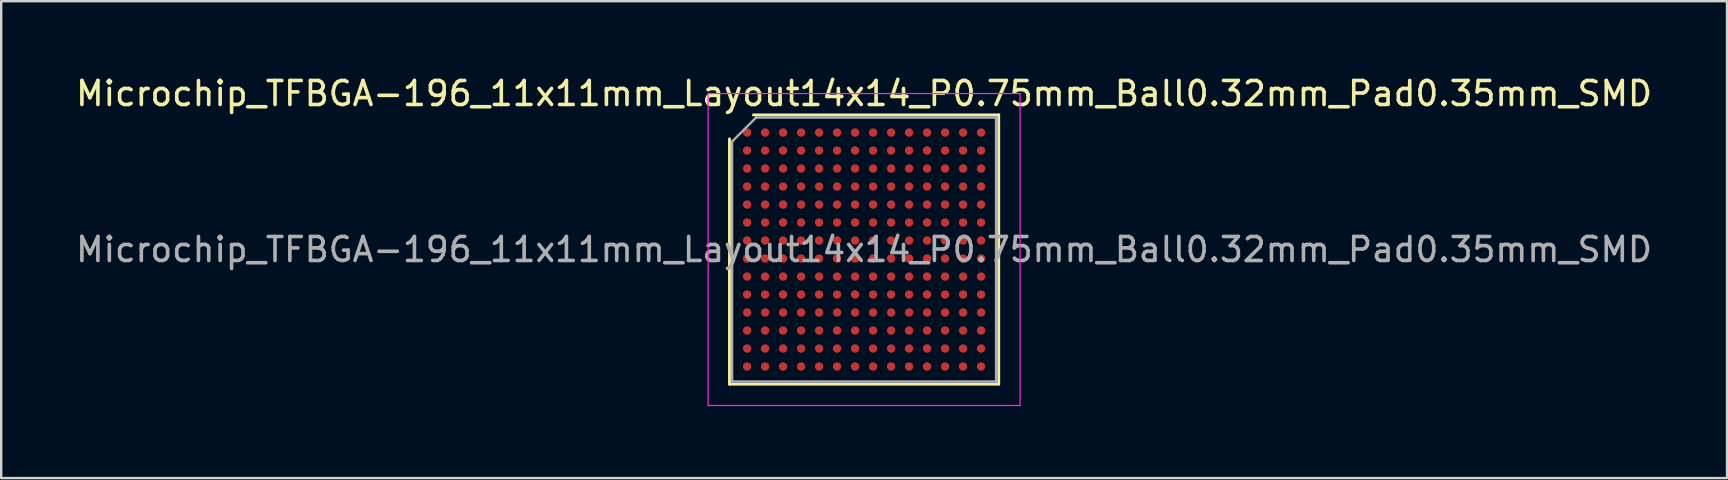
<source format=kicad_pcb>
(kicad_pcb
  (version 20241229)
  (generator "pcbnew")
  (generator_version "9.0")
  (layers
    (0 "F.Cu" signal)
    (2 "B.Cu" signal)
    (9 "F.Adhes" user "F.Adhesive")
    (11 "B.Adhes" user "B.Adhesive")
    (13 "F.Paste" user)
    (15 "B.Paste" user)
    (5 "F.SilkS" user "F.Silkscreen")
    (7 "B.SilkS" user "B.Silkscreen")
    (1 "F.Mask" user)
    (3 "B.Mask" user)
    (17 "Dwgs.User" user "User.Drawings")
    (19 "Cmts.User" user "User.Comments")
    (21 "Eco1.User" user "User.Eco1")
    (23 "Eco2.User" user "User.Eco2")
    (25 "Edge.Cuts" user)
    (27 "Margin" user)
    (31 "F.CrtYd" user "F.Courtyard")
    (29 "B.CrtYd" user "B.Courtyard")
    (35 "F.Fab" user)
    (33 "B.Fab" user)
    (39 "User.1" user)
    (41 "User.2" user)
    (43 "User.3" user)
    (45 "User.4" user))
  (footprint "Microchip_TFBGA-196_11x11mm_Layout14x14_P0.75mm_Ball0.32mm_Pad0.35mm_SMD"
    (layer "F.Cu")
    (at 32.958 7.348)
    (property "Reference" "Microchip_TFBGA-196_11x11mm_Layout14x14_P0.75mm_Ball0.32mm_Pad0.35mm_SMD" (at 0 -6.5 0) (layer "F.SilkS") (effects (font (size 1 1) (thickness 0.15))))
    (attr smd)
    (fp_line (start -5.61 5.61) (end -5.61 -4.61) (stroke (width 0.12) (type solid)) (layer "F.SilkS"))
    (fp_line (start -4.61 -5.61) (end 5.61 -5.61) (stroke (width 0.12) (type solid)) (layer "F.SilkS"))
    (fp_line (start 5.61 -5.61) (end 5.61 5.61) (stroke (width 0.12) (type solid)) (layer "F.SilkS"))
    (fp_line (start 5.61 5.61) (end -5.61 5.61) (stroke (width 0.12) (type solid)) (layer "F.SilkS"))
    (fp_line (start -6.5 -6.5) (end -6.5 6.5) (stroke (width 0.05) (type solid)) (layer "F.CrtYd"))
    (fp_line (start -6.5 6.5) (end 6.5 6.5) (stroke (width 0.05) (type solid)) (layer "F.CrtYd"))
    (fp_line (start 6.5 -6.5) (end -6.5 -6.5) (stroke (width 0.05) (type solid)) (layer "F.CrtYd"))
    (fp_line (start 6.5 6.5) (end 6.5 -6.5) (stroke (width 0.05) (type solid)) (layer "F.CrtYd"))
    (fp_line (start -5.5 -4.5) (end -4.5 -5.5) (stroke (width 0.1) (type solid)) (layer "F.Fab"))
    (fp_line (start -5.5 5.5) (end -5.5 -4.5) (stroke (width 0.1) (type solid)) (layer "F.Fab"))
    (fp_line (start -4.5 -5.5) (end 5.5 -5.5) (stroke (width 0.1) (type solid)) (layer "F.Fab"))
    (fp_line (start 5.5 -5.5) (end 5.5 5.5) (stroke (width 0.1) (type solid)) (layer "F.Fab"))
    (fp_line (start 5.5 5.5) (end -5.5 5.5) (stroke (width 0.1) (type solid)) (layer "F.Fab"))
    (fp_text user "${REFERENCE}" (at 0 0 0) (layer "F.Fab") (effects (font (size 1 1) (thickness 0.15))))
    (pad "A1" smd circle (at -4.875 -4.875) (size 0.35 0.35) (layers "F.Cu" "F.Mask" "F.Paste"))
    (pad "A2" smd circle (at -4.125 -4.875) (size 0.35 0.35) (layers "F.Cu" "F.Mask" "F.Paste"))
    (pad "A3" smd circle (at -3.375 -4.875) (size 0.35 0.35) (layers "F.Cu" "F.Mask" "F.Paste"))
    (pad "A4" smd circle (at -2.625 -4.875) (size 0.35 0.35) (layers "F.Cu" "F.Mask" "F.Paste"))
    (pad "A5" smd circle (at -1.875 -4.875) (size 0.35 0.35) (layers "F.Cu" "F.Mask" "F.Paste"))
    (pad "A6" smd circle (at -1.125 -4.875) (size 0.35 0.35) (layers "F.Cu" "F.Mask" "F.Paste"))
    (pad "A7" smd circle (at -0.375 -4.875) (size 0.35 0.35) (layers "F.Cu" "F.Mask" "F.Paste"))
    (pad "A8" smd circle (at 0.375 -4.875) (size 0.35 0.35) (layers "F.Cu" "F.Mask" "F.Paste"))
    (pad "A9" smd circle (at 1.125 -4.875) (size 0.35 0.35) (layers "F.Cu" "F.Mask" "F.Paste"))
    (pad "A10" smd circle (at 1.875 -4.875) (size 0.35 0.35) (layers "F.Cu" "F.Mask" "F.Paste"))
    (pad "A11" smd circle (at 2.625 -4.875) (size 0.35 0.35) (layers "F.Cu" "F.Mask" "F.Paste"))
    (pad "A12" smd circle (at 3.375 -4.875) (size 0.35 0.35) (layers "F.Cu" "F.Mask" "F.Paste"))
    (pad "A13" smd circle (at 4.125 -4.875) (size 0.35 0.35) (layers "F.Cu" "F.Mask" "F.Paste"))
    (pad "A14" smd circle (at 4.875 -4.875) (size 0.35 0.35) (layers "F.Cu" "F.Mask" "F.Paste"))
    (pad "B1" smd circle (at -4.875 -4.125) (size 0.35 0.35) (layers "F.Cu" "F.Mask" "F.Paste"))
    (pad "B2" smd circle (at -4.125 -4.125) (size 0.35 0.35) (layers "F.Cu" "F.Mask" "F.Paste"))
    (pad "B3" smd circle (at -3.375 -4.125) (size 0.35 0.35) (layers "F.Cu" "F.Mask" "F.Paste"))
    (pad "B4" smd circle (at -2.625 -4.125) (size 0.35 0.35) (layers "F.Cu" "F.Mask" "F.Paste"))
    (pad "B5" smd circle (at -1.875 -4.125) (size 0.35 0.35) (layers "F.Cu" "F.Mask" "F.Paste"))
    (pad "B6" smd circle (at -1.125 -4.125) (size 0.35 0.35) (layers "F.Cu" "F.Mask" "F.Paste"))
    (pad "B7" smd circle (at -0.375 -4.125) (size 0.35 0.35) (layers "F.Cu" "F.Mask" "F.Paste"))
    (pad "B8" smd circle (at 0.375 -4.125) (size 0.35 0.35) (layers "F.Cu" "F.Mask" "F.Paste"))
    (pad "B9" smd circle (at 1.125 -4.125) (size 0.35 0.35) (layers "F.Cu" "F.Mask" "F.Paste"))
    (pad "B10" smd circle (at 1.875 -4.125) (size 0.35 0.35) (layers "F.Cu" "F.Mask" "F.Paste"))
    (pad "B11" smd circle (at 2.625 -4.125) (size 0.35 0.35) (layers "F.Cu" "F.Mask" "F.Paste"))
    (pad "B12" smd circle (at 3.375 -4.125) (size 0.35 0.35) (layers "F.Cu" "F.Mask" "F.Paste"))
    (pad "B13" smd circle (at 4.125 -4.125) (size 0.35 0.35) (layers "F.Cu" "F.Mask" "F.Paste"))
    (pad "B14" smd circle (at 4.875 -4.125) (size 0.35 0.35) (layers "F.Cu" "F.Mask" "F.Paste"))
    (pad "C1" smd circle (at -4.875 -3.375) (size 0.35 0.35) (layers "F.Cu" "F.Mask" "F.Paste"))
    (pad "C2" smd circle (at -4.125 -3.375) (size 0.35 0.35) (layers "F.Cu" "F.Mask" "F.Paste"))
    (pad "C3" smd circle (at -3.375 -3.375) (size 0.35 0.35) (layers "F.Cu" "F.Mask" "F.Paste"))
    (pad "C4" smd circle (at -2.625 -3.375) (size 0.35 0.35) (layers "F.Cu" "F.Mask" "F.Paste"))
    (pad "C5" smd circle (at -1.875 -3.375) (size 0.35 0.35) (layers "F.Cu" "F.Mask" "F.Paste"))
    (pad "C6" smd circle (at -1.125 -3.375) (size 0.35 0.35) (layers "F.Cu" "F.Mask" "F.Paste"))
    (pad "C7" smd circle (at -0.375 -3.375) (size 0.35 0.35) (layers "F.Cu" "F.Mask" "F.Paste"))
    (pad "C8" smd circle (at 0.375 -3.375) (size 0.35 0.35) (layers "F.Cu" "F.Mask" "F.Paste"))
    (pad "C9" smd circle (at 1.125 -3.375) (size 0.35 0.35) (layers "F.Cu" "F.Mask" "F.Paste"))
    (pad "C10" smd circle (at 1.875 -3.375) (size 0.35 0.35) (layers "F.Cu" "F.Mask" "F.Paste"))
    (pad "C11" smd circle (at 2.625 -3.375) (size 0.35 0.35) (layers "F.Cu" "F.Mask" "F.Paste"))
    (pad "C12" smd circle (at 3.375 -3.375) (size 0.35 0.35) (layers "F.Cu" "F.Mask" "F.Paste"))
    (pad "C13" smd circle (at 4.125 -3.375) (size 0.35 0.35) (layers "F.Cu" "F.Mask" "F.Paste"))
    (pad "C14" smd circle (at 4.875 -3.375) (size 0.35 0.35) (layers "F.Cu" "F.Mask" "F.Paste"))
    (pad "D1" smd circle (at -4.875 -2.625) (size 0.35 0.35) (layers "F.Cu" "F.Mask" "F.Paste"))
    (pad "D2" smd circle (at -4.125 -2.625) (size 0.35 0.35) (layers "F.Cu" "F.Mask" "F.Paste"))
    (pad "D3" smd circle (at -3.375 -2.625) (size 0.35 0.35) (layers "F.Cu" "F.Mask" "F.Paste"))
    (pad "D4" smd circle (at -2.625 -2.625) (size 0.35 0.35) (layers "F.Cu" "F.Mask" "F.Paste"))
    (pad "D5" smd circle (at -1.875 -2.625) (size 0.35 0.35) (layers "F.Cu" "F.Mask" "F.Paste"))
    (pad "D6" smd circle (at -1.125 -2.625) (size 0.35 0.35) (layers "F.Cu" "F.Mask" "F.Paste"))
    (pad "D7" smd circle (at -0.375 -2.625) (size 0.35 0.35) (layers "F.Cu" "F.Mask" "F.Paste"))
    (pad "D8" smd circle (at 0.375 -2.625) (size 0.35 0.35) (layers "F.Cu" "F.Mask" "F.Paste"))
    (pad "D9" smd circle (at 1.125 -2.625) (size 0.35 0.35) (layers "F.Cu" "F.Mask" "F.Paste"))
    (pad "D10" smd circle (at 1.875 -2.625) (size 0.35 0.35) (layers "F.Cu" "F.Mask" "F.Paste"))
    (pad "D11" smd circle (at 2.625 -2.625) (size 0.35 0.35) (layers "F.Cu" "F.Mask" "F.Paste"))
    (pad "D12" smd circle (at 3.375 -2.625) (size 0.35 0.35) (layers "F.Cu" "F.Mask" "F.Paste"))
    (pad "D13" smd circle (at 4.125 -2.625) (size 0.35 0.35) (layers "F.Cu" "F.Mask" "F.Paste"))
    (pad "D14" smd circle (at 4.875 -2.625) (size 0.35 0.35) (layers "F.Cu" "F.Mask" "F.Paste"))
    (pad "E1" smd circle (at -4.875 -1.875) (size 0.35 0.35) (layers "F.Cu" "F.Mask" "F.Paste"))
    (pad "E2" smd circle (at -4.125 -1.875) (size 0.35 0.35) (layers "F.Cu" "F.Mask" "F.Paste"))
    (pad "E3" smd circle (at -3.375 -1.875) (size 0.35 0.35) (layers "F.Cu" "F.Mask" "F.Paste"))
    (pad "E4" smd circle (at -2.625 -1.875) (size 0.35 0.35) (layers "F.Cu" "F.Mask" "F.Paste"))
    (pad "E5" smd circle (at -1.875 -1.875) (size 0.35 0.35) (layers "F.Cu" "F.Mask" "F.Paste"))
    (pad "E6" smd circle (at -1.125 -1.875) (size 0.35 0.35) (layers "F.Cu" "F.Mask" "F.Paste"))
    (pad "E7" smd circle (at -0.375 -1.875) (size 0.35 0.35) (layers "F.Cu" "F.Mask" "F.Paste"))
    (pad "E8" smd circle (at 0.375 -1.875) (size 0.35 0.35) (layers "F.Cu" "F.Mask" "F.Paste"))
    (pad "E9" smd circle (at 1.125 -1.875) (size 0.35 0.35) (layers "F.Cu" "F.Mask" "F.Paste"))
    (pad "E10" smd circle (at 1.875 -1.875) (size 0.35 0.35) (layers "F.Cu" "F.Mask" "F.Paste"))
    (pad "E11" smd circle (at 2.625 -1.875) (size 0.35 0.35) (layers "F.Cu" "F.Mask" "F.Paste"))
    (pad "E12" smd circle (at 3.375 -1.875) (size 0.35 0.35) (layers "F.Cu" "F.Mask" "F.Paste"))
    (pad "E13" smd circle (at 4.125 -1.875) (size 0.35 0.35) (layers "F.Cu" "F.Mask" "F.Paste"))
    (pad "E14" smd circle (at 4.875 -1.875) (size 0.35 0.35) (layers "F.Cu" "F.Mask" "F.Paste"))
    (pad "F1" smd circle (at -4.875 -1.125) (size 0.35 0.35) (layers "F.Cu" "F.Mask" "F.Paste"))
    (pad "F2" smd circle (at -4.125 -1.125) (size 0.35 0.35) (layers "F.Cu" "F.Mask" "F.Paste"))
    (pad "F3" smd circle (at -3.375 -1.125) (size 0.35 0.35) (layers "F.Cu" "F.Mask" "F.Paste"))
    (pad "F4" smd circle (at -2.625 -1.125) (size 0.35 0.35) (layers "F.Cu" "F.Mask" "F.Paste"))
    (pad "F5" smd circle (at -1.875 -1.125) (size 0.35 0.35) (layers "F.Cu" "F.Mask" "F.Paste"))
    (pad "F6" smd circle (at -1.125 -1.125) (size 0.35 0.35) (layers "F.Cu" "F.Mask" "F.Paste"))
    (pad "F7" smd circle (at -0.375 -1.125) (size 0.35 0.35) (layers "F.Cu" "F.Mask" "F.Paste"))
    (pad "F8" smd circle (at 0.375 -1.125) (size 0.35 0.35) (layers "F.Cu" "F.Mask" "F.Paste"))
    (pad "F9" smd circle (at 1.125 -1.125) (size 0.35 0.35) (layers "F.Cu" "F.Mask" "F.Paste"))
    (pad "F10" smd circle (at 1.875 -1.125) (size 0.35 0.35) (layers "F.Cu" "F.Mask" "F.Paste"))
    (pad "F11" smd circle (at 2.625 -1.125) (size 0.35 0.35) (layers "F.Cu" "F.Mask" "F.Paste"))
    (pad "F12" smd circle (at 3.375 -1.125) (size 0.35 0.35) (layers "F.Cu" "F.Mask" "F.Paste"))
    (pad "F13" smd circle (at 4.125 -1.125) (size 0.35 0.35) (layers "F.Cu" "F.Mask" "F.Paste"))
    (pad "F14" smd circle (at 4.875 -1.125) (size 0.35 0.35) (layers "F.Cu" "F.Mask" "F.Paste"))
    (pad "G1" smd circle (at -4.875 -0.375) (size 0.35 0.35) (layers "F.Cu" "F.Mask" "F.Paste"))
    (pad "G2" smd circle (at -4.125 -0.375) (size 0.35 0.35) (layers "F.Cu" "F.Mask" "F.Paste"))
    (pad "G3" smd circle (at -3.375 -0.375) (size 0.35 0.35) (layers "F.Cu" "F.Mask" "F.Paste"))
    (pad "G4" smd circle (at -2.625 -0.375) (size 0.35 0.35) (layers "F.Cu" "F.Mask" "F.Paste"))
    (pad "G5" smd circle (at -1.875 -0.375) (size 0.35 0.35) (layers "F.Cu" "F.Mask" "F.Paste"))
    (pad "G6" smd circle (at -1.125 -0.375) (size 0.35 0.35) (layers "F.Cu" "F.Mask" "F.Paste"))
    (pad "G7" smd circle (at -0.375 -0.375) (size 0.35 0.35) (layers "F.Cu" "F.Mask" "F.Paste"))
    (pad "G8" smd circle (at 0.375 -0.375) (size 0.35 0.35) (layers "F.Cu" "F.Mask" "F.Paste"))
    (pad "G9" smd circle (at 1.125 -0.375) (size 0.35 0.35) (layers "F.Cu" "F.Mask" "F.Paste"))
    (pad "G10" smd circle (at 1.875 -0.375) (size 0.35 0.35) (layers "F.Cu" "F.Mask" "F.Paste"))
    (pad "G11" smd circle (at 2.625 -0.375) (size 0.35 0.35) (layers "F.Cu" "F.Mask" "F.Paste"))
    (pad "G12" smd circle (at 3.375 -0.375) (size 0.35 0.35) (layers "F.Cu" "F.Mask" "F.Paste"))
    (pad "G13" smd circle (at 4.125 -0.375) (size 0.35 0.35) (layers "F.Cu" "F.Mask" "F.Paste"))
    (pad "G14" smd circle (at 4.875 -0.375) (size 0.35 0.35) (layers "F.Cu" "F.Mask" "F.Paste"))
    (pad "H1" smd circle (at -4.875 0.375) (size 0.35 0.35) (layers "F.Cu" "F.Mask" "F.Paste"))
    (pad "H2" smd circle (at -4.125 0.375) (size 0.35 0.35) (layers "F.Cu" "F.Mask" "F.Paste"))
    (pad "H3" smd circle (at -3.375 0.375) (size 0.35 0.35) (layers "F.Cu" "F.Mask" "F.Paste"))
    (pad "H4" smd circle (at -2.625 0.375) (size 0.35 0.35) (layers "F.Cu" "F.Mask" "F.Paste"))
    (pad "H5" smd circle (at -1.875 0.375) (size 0.35 0.35) (layers "F.Cu" "F.Mask" "F.Paste"))
    (pad "H6" smd circle (at -1.125 0.375) (size 0.35 0.35) (layers "F.Cu" "F.Mask" "F.Paste"))
    (pad "H7" smd circle (at -0.375 0.375) (size 0.35 0.35) (layers "F.Cu" "F.Mask" "F.Paste"))
    (pad "H8" smd circle (at 0.375 0.375) (size 0.35 0.35) (layers "F.Cu" "F.Mask" "F.Paste"))
    (pad "H9" smd circle (at 1.125 0.375) (size 0.35 0.35) (layers "F.Cu" "F.Mask" "F.Paste"))
    (pad "H10" smd circle (at 1.875 0.375) (size 0.35 0.35) (layers "F.Cu" "F.Mask" "F.Paste"))
    (pad "H11" smd circle (at 2.625 0.375) (size 0.35 0.35) (layers "F.Cu" "F.Mask" "F.Paste"))
    (pad "H12" smd circle (at 3.375 0.375) (size 0.35 0.35) (layers "F.Cu" "F.Mask" "F.Paste"))
    (pad "H13" smd circle (at 4.125 0.375) (size 0.35 0.35) (layers "F.Cu" "F.Mask" "F.Paste"))
    (pad "H14" smd circle (at 4.875 0.375) (size 0.35 0.35) (layers "F.Cu" "F.Mask" "F.Paste"))
    (pad "J1" smd circle (at -4.875 1.125) (size 0.35 0.35) (layers "F.Cu" "F.Mask" "F.Paste"))
    (pad "J2" smd circle (at -4.125 1.125) (size 0.35 0.35) (layers "F.Cu" "F.Mask" "F.Paste"))
    (pad "J3" smd circle (at -3.375 1.125) (size 0.35 0.35) (layers "F.Cu" "F.Mask" "F.Paste"))
    (pad "J4" smd circle (at -2.625 1.125) (size 0.35 0.35) (layers "F.Cu" "F.Mask" "F.Paste"))
    (pad "J5" smd circle (at -1.875 1.125) (size 0.35 0.35) (layers "F.Cu" "F.Mask" "F.Paste"))
    (pad "J6" smd circle (at -1.125 1.125) (size 0.35 0.35) (layers "F.Cu" "F.Mask" "F.Paste"))
    (pad "J7" smd circle (at -0.375 1.125) (size 0.35 0.35) (layers "F.Cu" "F.Mask" "F.Paste"))
    (pad "J8" smd circle (at 0.375 1.125) (size 0.35 0.35) (layers "F.Cu" "F.Mask" "F.Paste"))
    (pad "J9" smd circle (at 1.125 1.125) (size 0.35 0.35) (layers "F.Cu" "F.Mask" "F.Paste"))
    (pad "J10" smd circle (at 1.875 1.125) (size 0.35 0.35) (layers "F.Cu" "F.Mask" "F.Paste"))
    (pad "J11" smd circle (at 2.625 1.125) (size 0.35 0.35) (layers "F.Cu" "F.Mask" "F.Paste"))
    (pad "J12" smd circle (at 3.375 1.125) (size 0.35 0.35) (layers "F.Cu" "F.Mask" "F.Paste"))
    (pad "J13" smd circle (at 4.125 1.125) (size 0.35 0.35) (layers "F.Cu" "F.Mask" "F.Paste"))
    (pad "J14" smd circle (at 4.875 1.125) (size 0.35 0.35) (layers "F.Cu" "F.Mask" "F.Paste"))
    (pad "K1" smd circle (at -4.875 1.875) (size 0.35 0.35) (layers "F.Cu" "F.Mask" "F.Paste"))
    (pad "K2" smd circle (at -4.125 1.875) (size 0.35 0.35) (layers "F.Cu" "F.Mask" "F.Paste"))
    (pad "K3" smd circle (at -3.375 1.875) (size 0.35 0.35) (layers "F.Cu" "F.Mask" "F.Paste"))
    (pad "K4" smd circle (at -2.625 1.875) (size 0.35 0.35) (layers "F.Cu" "F.Mask" "F.Paste"))
    (pad "K5" smd circle (at -1.875 1.875) (size 0.35 0.35) (layers "F.Cu" "F.Mask" "F.Paste"))
    (pad "K6" smd circle (at -1.125 1.875) (size 0.35 0.35) (layers "F.Cu" "F.Mask" "F.Paste"))
    (pad "K7" smd circle (at -0.375 1.875) (size 0.35 0.35) (layers "F.Cu" "F.Mask" "F.Paste"))
    (pad "K8" smd circle (at 0.375 1.875) (size 0.35 0.35) (layers "F.Cu" "F.Mask" "F.Paste"))
    (pad "K9" smd circle (at 1.125 1.875) (size 0.35 0.35) (layers "F.Cu" "F.Mask" "F.Paste"))
    (pad "K10" smd circle (at 1.875 1.875) (size 0.35 0.35) (layers "F.Cu" "F.Mask" "F.Paste"))
    (pad "K11" smd circle (at 2.625 1.875) (size 0.35 0.35) (layers "F.Cu" "F.Mask" "F.Paste"))
    (pad "K12" smd circle (at 3.375 1.875) (size 0.35 0.35) (layers "F.Cu" "F.Mask" "F.Paste"))
    (pad "K13" smd circle (at 4.125 1.875) (size 0.35 0.35) (layers "F.Cu" "F.Mask" "F.Paste"))
    (pad "K14" smd circle (at 4.875 1.875) (size 0.35 0.35) (layers "F.Cu" "F.Mask" "F.Paste"))
    (pad "L1" smd circle (at -4.875 2.625) (size 0.35 0.35) (layers "F.Cu" "F.Mask" "F.Paste"))
    (pad "L2" smd circle (at -4.125 2.625) (size 0.35 0.35) (layers "F.Cu" "F.Mask" "F.Paste"))
    (pad "L3" smd circle (at -3.375 2.625) (size 0.35 0.35) (layers "F.Cu" "F.Mask" "F.Paste"))
    (pad "L4" smd circle (at -2.625 2.625) (size 0.35 0.35) (layers "F.Cu" "F.Mask" "F.Paste"))
    (pad "L5" smd circle (at -1.875 2.625) (size 0.35 0.35) (layers "F.Cu" "F.Mask" "F.Paste"))
    (pad "L6" smd circle (at -1.125 2.625) (size 0.35 0.35) (layers "F.Cu" "F.Mask" "F.Paste"))
    (pad "L7" smd circle (at -0.375 2.625) (size 0.35 0.35) (layers "F.Cu" "F.Mask" "F.Paste"))
    (pad "L8" smd circle (at 0.375 2.625) (size 0.35 0.35) (layers "F.Cu" "F.Mask" "F.Paste"))
    (pad "L9" smd circle (at 1.125 2.625) (size 0.35 0.35) (layers "F.Cu" "F.Mask" "F.Paste"))
    (pad "L10" smd circle (at 1.875 2.625) (size 0.35 0.35) (layers "F.Cu" "F.Mask" "F.Paste"))
    (pad "L11" smd circle (at 2.625 2.625) (size 0.35 0.35) (layers "F.Cu" "F.Mask" "F.Paste"))
    (pad "L12" smd circle (at 3.375 2.625) (size 0.35 0.35) (layers "F.Cu" "F.Mask" "F.Paste"))
    (pad "L13" smd circle (at 4.125 2.625) (size 0.35 0.35) (layers "F.Cu" "F.Mask" "F.Paste"))
    (pad "L14" smd circle (at 4.875 2.625) (size 0.35 0.35) (layers "F.Cu" "F.Mask" "F.Paste"))
    (pad "M1" smd circle (at -4.875 3.375) (size 0.35 0.35) (layers "F.Cu" "F.Mask" "F.Paste"))
    (pad "M2" smd circle (at -4.125 3.375) (size 0.35 0.35) (layers "F.Cu" "F.Mask" "F.Paste"))
    (pad "M3" smd circle (at -3.375 3.375) (size 0.35 0.35) (layers "F.Cu" "F.Mask" "F.Paste"))
    (pad "M4" smd circle (at -2.625 3.375) (size 0.35 0.35) (layers "F.Cu" "F.Mask" "F.Paste"))
    (pad "M5" smd circle (at -1.875 3.375) (size 0.35 0.35) (layers "F.Cu" "F.Mask" "F.Paste"))
    (pad "M6" smd circle (at -1.125 3.375) (size 0.35 0.35) (layers "F.Cu" "F.Mask" "F.Paste"))
    (pad "M7" smd circle (at -0.375 3.375) (size 0.35 0.35) (layers "F.Cu" "F.Mask" "F.Paste"))
    (pad "M8" smd circle (at 0.375 3.375) (size 0.35 0.35) (layers "F.Cu" "F.Mask" "F.Paste"))
    (pad "M9" smd circle (at 1.125 3.375) (size 0.35 0.35) (layers "F.Cu" "F.Mask" "F.Paste"))
    (pad "M10" smd circle (at 1.875 3.375) (size 0.35 0.35) (layers "F.Cu" "F.Mask" "F.Paste"))
    (pad "M11" smd circle (at 2.625 3.375) (size 0.35 0.35) (layers "F.Cu" "F.Mask" "F.Paste"))
    (pad "M12" smd circle (at 3.375 3.375) (size 0.35 0.35) (layers "F.Cu" "F.Mask" "F.Paste"))
    (pad "M13" smd circle (at 4.125 3.375) (size 0.35 0.35) (layers "F.Cu" "F.Mask" "F.Paste"))
    (pad "M14" smd circle (at 4.875 3.375) (size 0.35 0.35) (layers "F.Cu" "F.Mask" "F.Paste"))
    (pad "N1" smd circle (at -4.875 4.125) (size 0.35 0.35) (layers "F.Cu" "F.Mask" "F.Paste"))
    (pad "N2" smd circle (at -4.125 4.125) (size 0.35 0.35) (layers "F.Cu" "F.Mask" "F.Paste"))
    (pad "N3" smd circle (at -3.375 4.125) (size 0.35 0.35) (layers "F.Cu" "F.Mask" "F.Paste"))
    (pad "N4" smd circle (at -2.625 4.125) (size 0.35 0.35) (layers "F.Cu" "F.Mask" "F.Paste"))
    (pad "N5" smd circle (at -1.875 4.125) (size 0.35 0.35) (layers "F.Cu" "F.Mask" "F.Paste"))
    (pad "N6" smd circle (at -1.125 4.125) (size 0.35 0.35) (layers "F.Cu" "F.Mask" "F.Paste"))
    (pad "N7" smd circle (at -0.375 4.125) (size 0.35 0.35) (layers "F.Cu" "F.Mask" "F.Paste"))
    (pad "N8" smd circle (at 0.375 4.125) (size 0.35 0.35) (layers "F.Cu" "F.Mask" "F.Paste"))
    (pad "N9" smd circle (at 1.125 4.125) (size 0.35 0.35) (layers "F.Cu" "F.Mask" "F.Paste"))
    (pad "N10" smd circle (at 1.875 4.125) (size 0.35 0.35) (layers "F.Cu" "F.Mask" "F.Paste"))
    (pad "N11" smd circle (at 2.625 4.125) (size 0.35 0.35) (layers "F.Cu" "F.Mask" "F.Paste"))
    (pad "N12" smd circle (at 3.375 4.125) (size 0.35 0.35) (layers "F.Cu" "F.Mask" "F.Paste"))
    (pad "N13" smd circle (at 4.125 4.125) (size 0.35 0.35) (layers "F.Cu" "F.Mask" "F.Paste"))
    (pad "N14" smd circle (at 4.875 4.125) (size 0.35 0.35) (layers "F.Cu" "F.Mask" "F.Paste"))
    (pad "P1" smd circle (at -4.875 4.875) (size 0.35 0.35) (layers "F.Cu" "F.Mask" "F.Paste"))
    (pad "P2" smd circle (at -4.125 4.875) (size 0.35 0.35) (layers "F.Cu" "F.Mask" "F.Paste"))
    (pad "P3" smd circle (at -3.375 4.875) (size 0.35 0.35) (layers "F.Cu" "F.Mask" "F.Paste"))
    (pad "P4" smd circle (at -2.625 4.875) (size 0.35 0.35) (layers "F.Cu" "F.Mask" "F.Paste"))
    (pad "P5" smd circle (at -1.875 4.875) (size 0.35 0.35) (layers "F.Cu" "F.Mask" "F.Paste"))
    (pad "P6" smd circle (at -1.125 4.875) (size 0.35 0.35) (layers "F.Cu" "F.Mask" "F.Paste"))
    (pad "P7" smd circle (at -0.375 4.875) (size 0.35 0.35) (layers "F.Cu" "F.Mask" "F.Paste"))
    (pad "P8" smd circle (at 0.375 4.875) (size 0.35 0.35) (layers "F.Cu" "F.Mask" "F.Paste"))
    (pad "P9" smd circle (at 1.125 4.875) (size 0.35 0.35) (layers "F.Cu" "F.Mask" "F.Paste"))
    (pad "P10" smd circle (at 1.875 4.875) (size 0.35 0.35) (layers "F.Cu" "F.Mask" "F.Paste"))
    (pad "P11" smd circle (at 2.625 4.875) (size 0.35 0.35) (layers "F.Cu" "F.Mask" "F.Paste"))
    (pad "P12" smd circle (at 3.375 4.875) (size 0.35 0.35) (layers "F.Cu" "F.Mask" "F.Paste"))
    (pad "P13" smd circle (at 4.125 4.875) (size 0.35 0.35) (layers "F.Cu" "F.Mask" "F.Paste"))
    (pad "P14" smd circle (at 4.875 4.875) (size 0.35 0.35) (layers "F.Cu" "F.Mask" "F.Paste")))
  (gr_rect
    (start -3 -3)
    (end 68.917 16.873)
    (stroke (width 0.1) (type default))
    (fill no)
    (layer "Edge.Cuts")))
</source>
